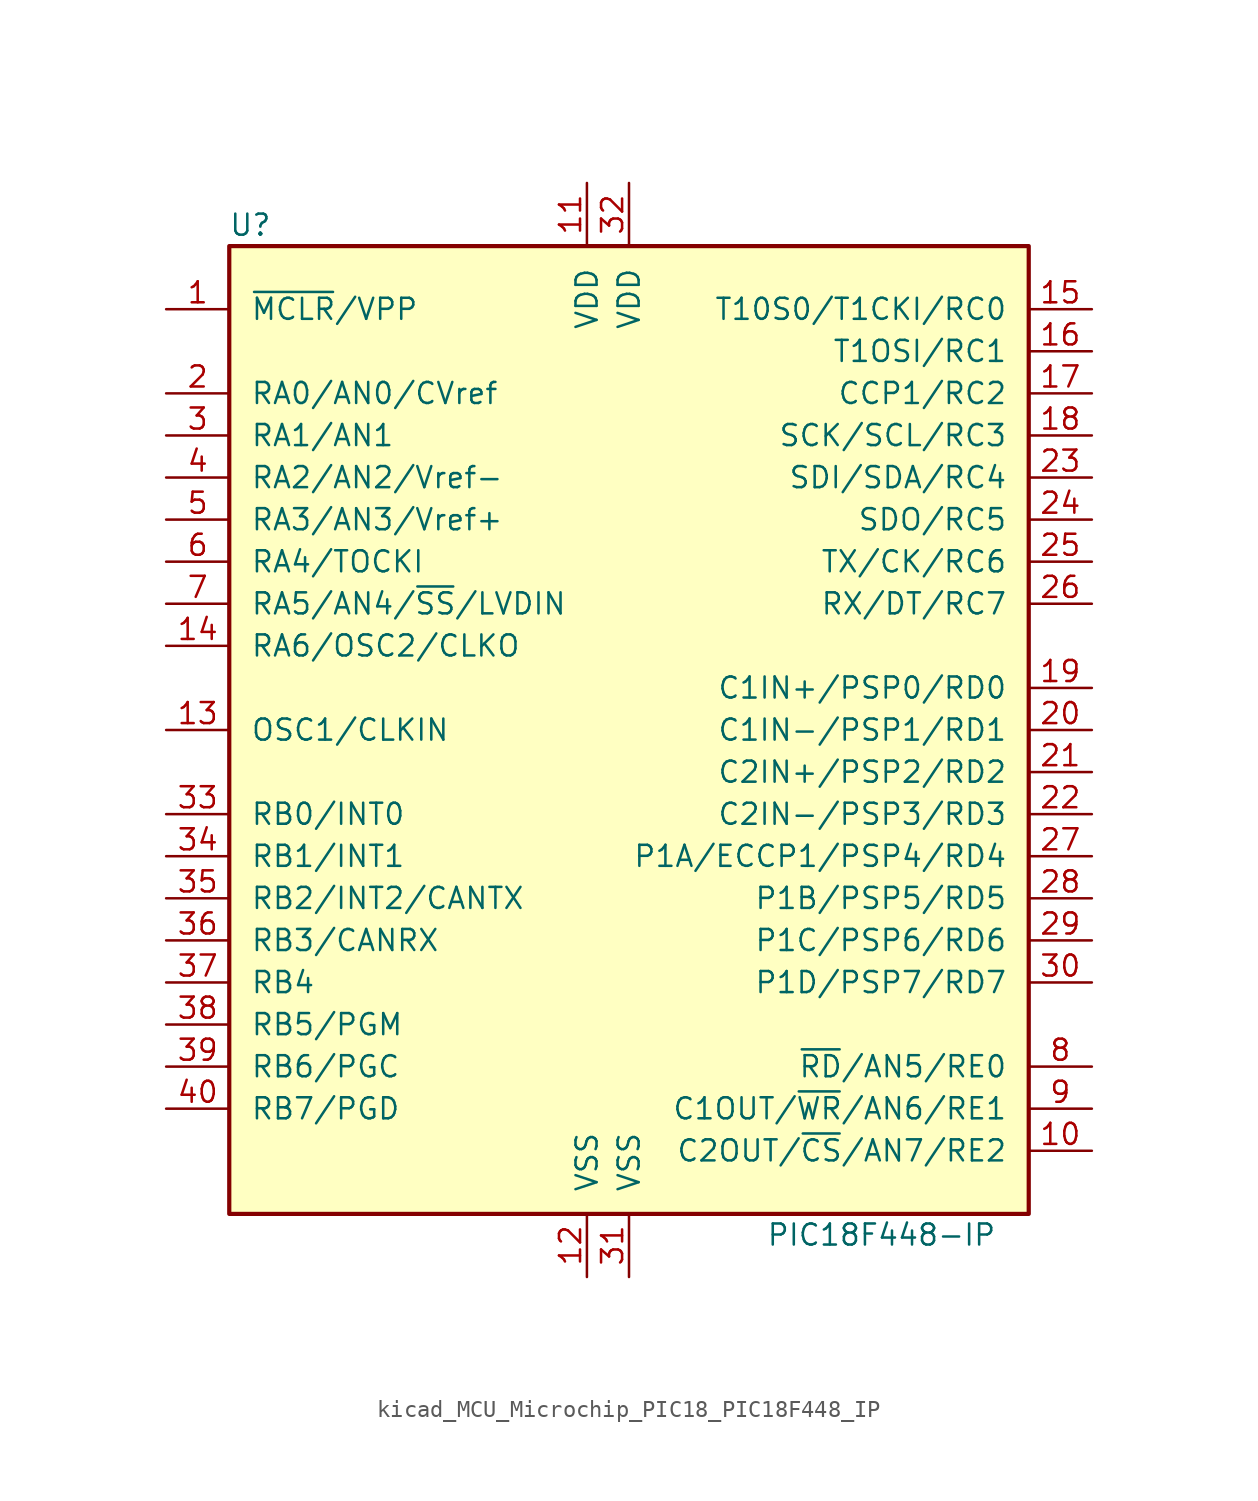
<source format=kicad_sym>
(kicad_symbol_lib
  (version 20220914)
  (generator kicad_symbol_editor)
  (symbol "kicad_MCU_Microchip_PIC18_PIC18F448_IP"
    (pin_names
      (offset 1.27))
    (property "Reference" "U"
      (at -22.86 30.48 0)
      (effects (font (size 1.27 1.27))))
    (property "Value" "PIC18F448-IP"
      (at 15.24 -30.48 0)
      (effects (font (size 1.27 1.27))))
    (symbol "kicad_MCU_Microchip_PIC18_PIC18F448_IP_0_1"
      (rectangle (start -24.13 -29.21) (end 24.13 29.21) (stroke (width 0.254) (type default)) (fill (type background))))
    (symbol "kicad_MCU_Microchip_PIC18_PIC18F448_IP_1_1"
      (pin input line (at -27.94 25.4 0) (length 3.81) (name "~{MCLR}/VPP" (effects (font (size 1.27 1.27)))) (number "1" (effects (font (size 1.27 1.27)))))
      (pin bidirectional line (at 27.94 -25.4 180) (length 3.81) (name "C2OUT/~{CS}/AN7/RE2" (effects (font (size 1.27 1.27)))) (number "10" (effects (font (size 1.27 1.27)))))
      (pin power_in line (at -2.54 33.02 270) (length 3.81) (name "VDD" (effects (font (size 1.27 1.27)))) (number "11" (effects (font (size 1.27 1.27)))))
      (pin power_in line (at -2.54 -33.02 90) (length 3.81) (name "VSS" (effects (font (size 1.27 1.27)))) (number "12" (effects (font (size 1.27 1.27)))))
      (pin input line (at -27.94 0 0) (length 3.81) (name "OSC1/CLKIN" (effects (font (size 1.27 1.27)))) (number "13" (effects (font (size 1.27 1.27)))))
      (pin output line (at -27.94 5.08 0) (length 3.81) (name "RA6/OSC2/CLKO" (effects (font (size 1.27 1.27)))) (number "14" (effects (font (size 1.27 1.27)))))
      (pin bidirectional line (at 27.94 25.4 180) (length 3.81) (name "T10S0/T1CKI/RC0" (effects (font (size 1.27 1.27)))) (number "15" (effects (font (size 1.27 1.27)))))
      (pin bidirectional line (at 27.94 22.86 180) (length 3.81) (name "T1OSI/RC1" (effects (font (size 1.27 1.27)))) (number "16" (effects (font (size 1.27 1.27)))))
      (pin bidirectional line (at 27.94 20.32 180) (length 3.81) (name "CCP1/RC2" (effects (font (size 1.27 1.27)))) (number "17" (effects (font (size 1.27 1.27)))))
      (pin bidirectional line (at 27.94 17.78 180) (length 3.81) (name "SCK/SCL/RC3" (effects (font (size 1.27 1.27)))) (number "18" (effects (font (size 1.27 1.27)))))
      (pin bidirectional line (at 27.94 2.54 180) (length 3.81) (name "C1IN+/PSP0/RD0" (effects (font (size 1.27 1.27)))) (number "19" (effects (font (size 1.27 1.27)))))
      (pin bidirectional line (at -27.94 20.32 0) (length 3.81) (name "RA0/AN0/CVref" (effects (font (size 1.27 1.27)))) (number "2" (effects (font (size 1.27 1.27)))))
      (pin bidirectional line (at 27.94 0 180) (length 3.81) (name "C1IN-/PSP1/RD1" (effects (font (size 1.27 1.27)))) (number "20" (effects (font (size 1.27 1.27)))))
      (pin bidirectional line (at 27.94 -2.54 180) (length 3.81) (name "C2IN+/PSP2/RD2" (effects (font (size 1.27 1.27)))) (number "21" (effects (font (size 1.27 1.27)))))
      (pin bidirectional line (at 27.94 -5.08 180) (length 3.81) (name "C2IN-/PSP3/RD3" (effects (font (size 1.27 1.27)))) (number "22" (effects (font (size 1.27 1.27)))))
      (pin bidirectional line (at 27.94 15.24 180) (length 3.81) (name "SDI/SDA/RC4" (effects (font (size 1.27 1.27)))) (number "23" (effects (font (size 1.27 1.27)))))
      (pin bidirectional line (at 27.94 12.7 180) (length 3.81) (name "SDO/RC5" (effects (font (size 1.27 1.27)))) (number "24" (effects (font (size 1.27 1.27)))))
      (pin bidirectional line (at 27.94 10.16 180) (length 3.81) (name "TX/CK/RC6" (effects (font (size 1.27 1.27)))) (number "25" (effects (font (size 1.27 1.27)))))
      (pin bidirectional line (at 27.94 7.62 180) (length 3.81) (name "RX/DT/RC7" (effects (font (size 1.27 1.27)))) (number "26" (effects (font (size 1.27 1.27)))))
      (pin bidirectional line (at 27.94 -7.62 180) (length 3.81) (name "P1A/ECCP1/PSP4/RD4" (effects (font (size 1.27 1.27)))) (number "27" (effects (font (size 1.27 1.27)))))
      (pin bidirectional line (at 27.94 -10.16 180) (length 3.81) (name "P1B/PSP5/RD5" (effects (font (size 1.27 1.27)))) (number "28" (effects (font (size 1.27 1.27)))))
      (pin bidirectional line (at 27.94 -12.7 180) (length 3.81) (name "P1C/PSP6/RD6" (effects (font (size 1.27 1.27)))) (number "29" (effects (font (size 1.27 1.27)))))
      (pin bidirectional line (at -27.94 17.78 0) (length 3.81) (name "RA1/AN1" (effects (font (size 1.27 1.27)))) (number "3" (effects (font (size 1.27 1.27)))))
      (pin bidirectional line (at 27.94 -15.24 180) (length 3.81) (name "P1D/PSP7/RD7" (effects (font (size 1.27 1.27)))) (number "30" (effects (font (size 1.27 1.27)))))
      (pin power_in line (at 0 -33.02 90) (length 3.81) (name "VSS" (effects (font (size 1.27 1.27)))) (number "31" (effects (font (size 1.27 1.27)))))
      (pin power_in line (at 0 33.02 270) (length 3.81) (name "VDD" (effects (font (size 1.27 1.27)))) (number "32" (effects (font (size 1.27 1.27)))))
      (pin bidirectional line (at -27.94 -5.08 0) (length 3.81) (name "RB0/INT0" (effects (font (size 1.27 1.27)))) (number "33" (effects (font (size 1.27 1.27)))))
      (pin bidirectional line (at -27.94 -7.62 0) (length 3.81) (name "RB1/INT1" (effects (font (size 1.27 1.27)))) (number "34" (effects (font (size 1.27 1.27)))))
      (pin bidirectional line (at -27.94 -10.16 0) (length 3.81) (name "RB2/INT2/CANTX" (effects (font (size 1.27 1.27)))) (number "35" (effects (font (size 1.27 1.27)))))
      (pin bidirectional line (at -27.94 -12.7 0) (length 3.81) (name "RB3/CANRX" (effects (font (size 1.27 1.27)))) (number "36" (effects (font (size 1.27 1.27)))))
      (pin bidirectional line (at -27.94 -15.24 0) (length 3.81) (name "RB4" (effects (font (size 1.27 1.27)))) (number "37" (effects (font (size 1.27 1.27)))))
      (pin bidirectional line (at -27.94 -17.78 0) (length 3.81) (name "RB5/PGM" (effects (font (size 1.27 1.27)))) (number "38" (effects (font (size 1.27 1.27)))))
      (pin bidirectional line (at -27.94 -20.32 0) (length 3.81) (name "RB6/PGC" (effects (font (size 1.27 1.27)))) (number "39" (effects (font (size 1.27 1.27)))))
      (pin bidirectional line (at -27.94 15.24 0) (length 3.81) (name "RA2/AN2/Vref-" (effects (font (size 1.27 1.27)))) (number "4" (effects (font (size 1.27 1.27)))))
      (pin bidirectional line (at -27.94 -22.86 0) (length 3.81) (name "RB7/PGD" (effects (font (size 1.27 1.27)))) (number "40" (effects (font (size 1.27 1.27)))))
      (pin bidirectional line (at -27.94 12.7 0) (length 3.81) (name "RA3/AN3/Vref+" (effects (font (size 1.27 1.27)))) (number "5" (effects (font (size 1.27 1.27)))))
      (pin bidirectional line (at -27.94 10.16 0) (length 3.81) (name "RA4/TOCKI" (effects (font (size 1.27 1.27)))) (number "6" (effects (font (size 1.27 1.27)))))
      (pin bidirectional line (at -27.94 7.62 0) (length 3.81) (name "RA5/AN4/~{SS}/LVDIN" (effects (font (size 1.27 1.27)))) (number "7" (effects (font (size 1.27 1.27)))))
      (pin bidirectional line (at 27.94 -20.32 180) (length 3.81) (name "~{RD}/AN5/RE0" (effects (font (size 1.27 1.27)))) (number "8" (effects (font (size 1.27 1.27)))))
      (pin bidirectional line (at 27.94 -22.86 180) (length 3.81) (name "C1OUT/~{WR}/AN6/RE1" (effects (font (size 1.27 1.27)))) (number "9" (effects (font (size 1.27 1.27))))))))
</source>
